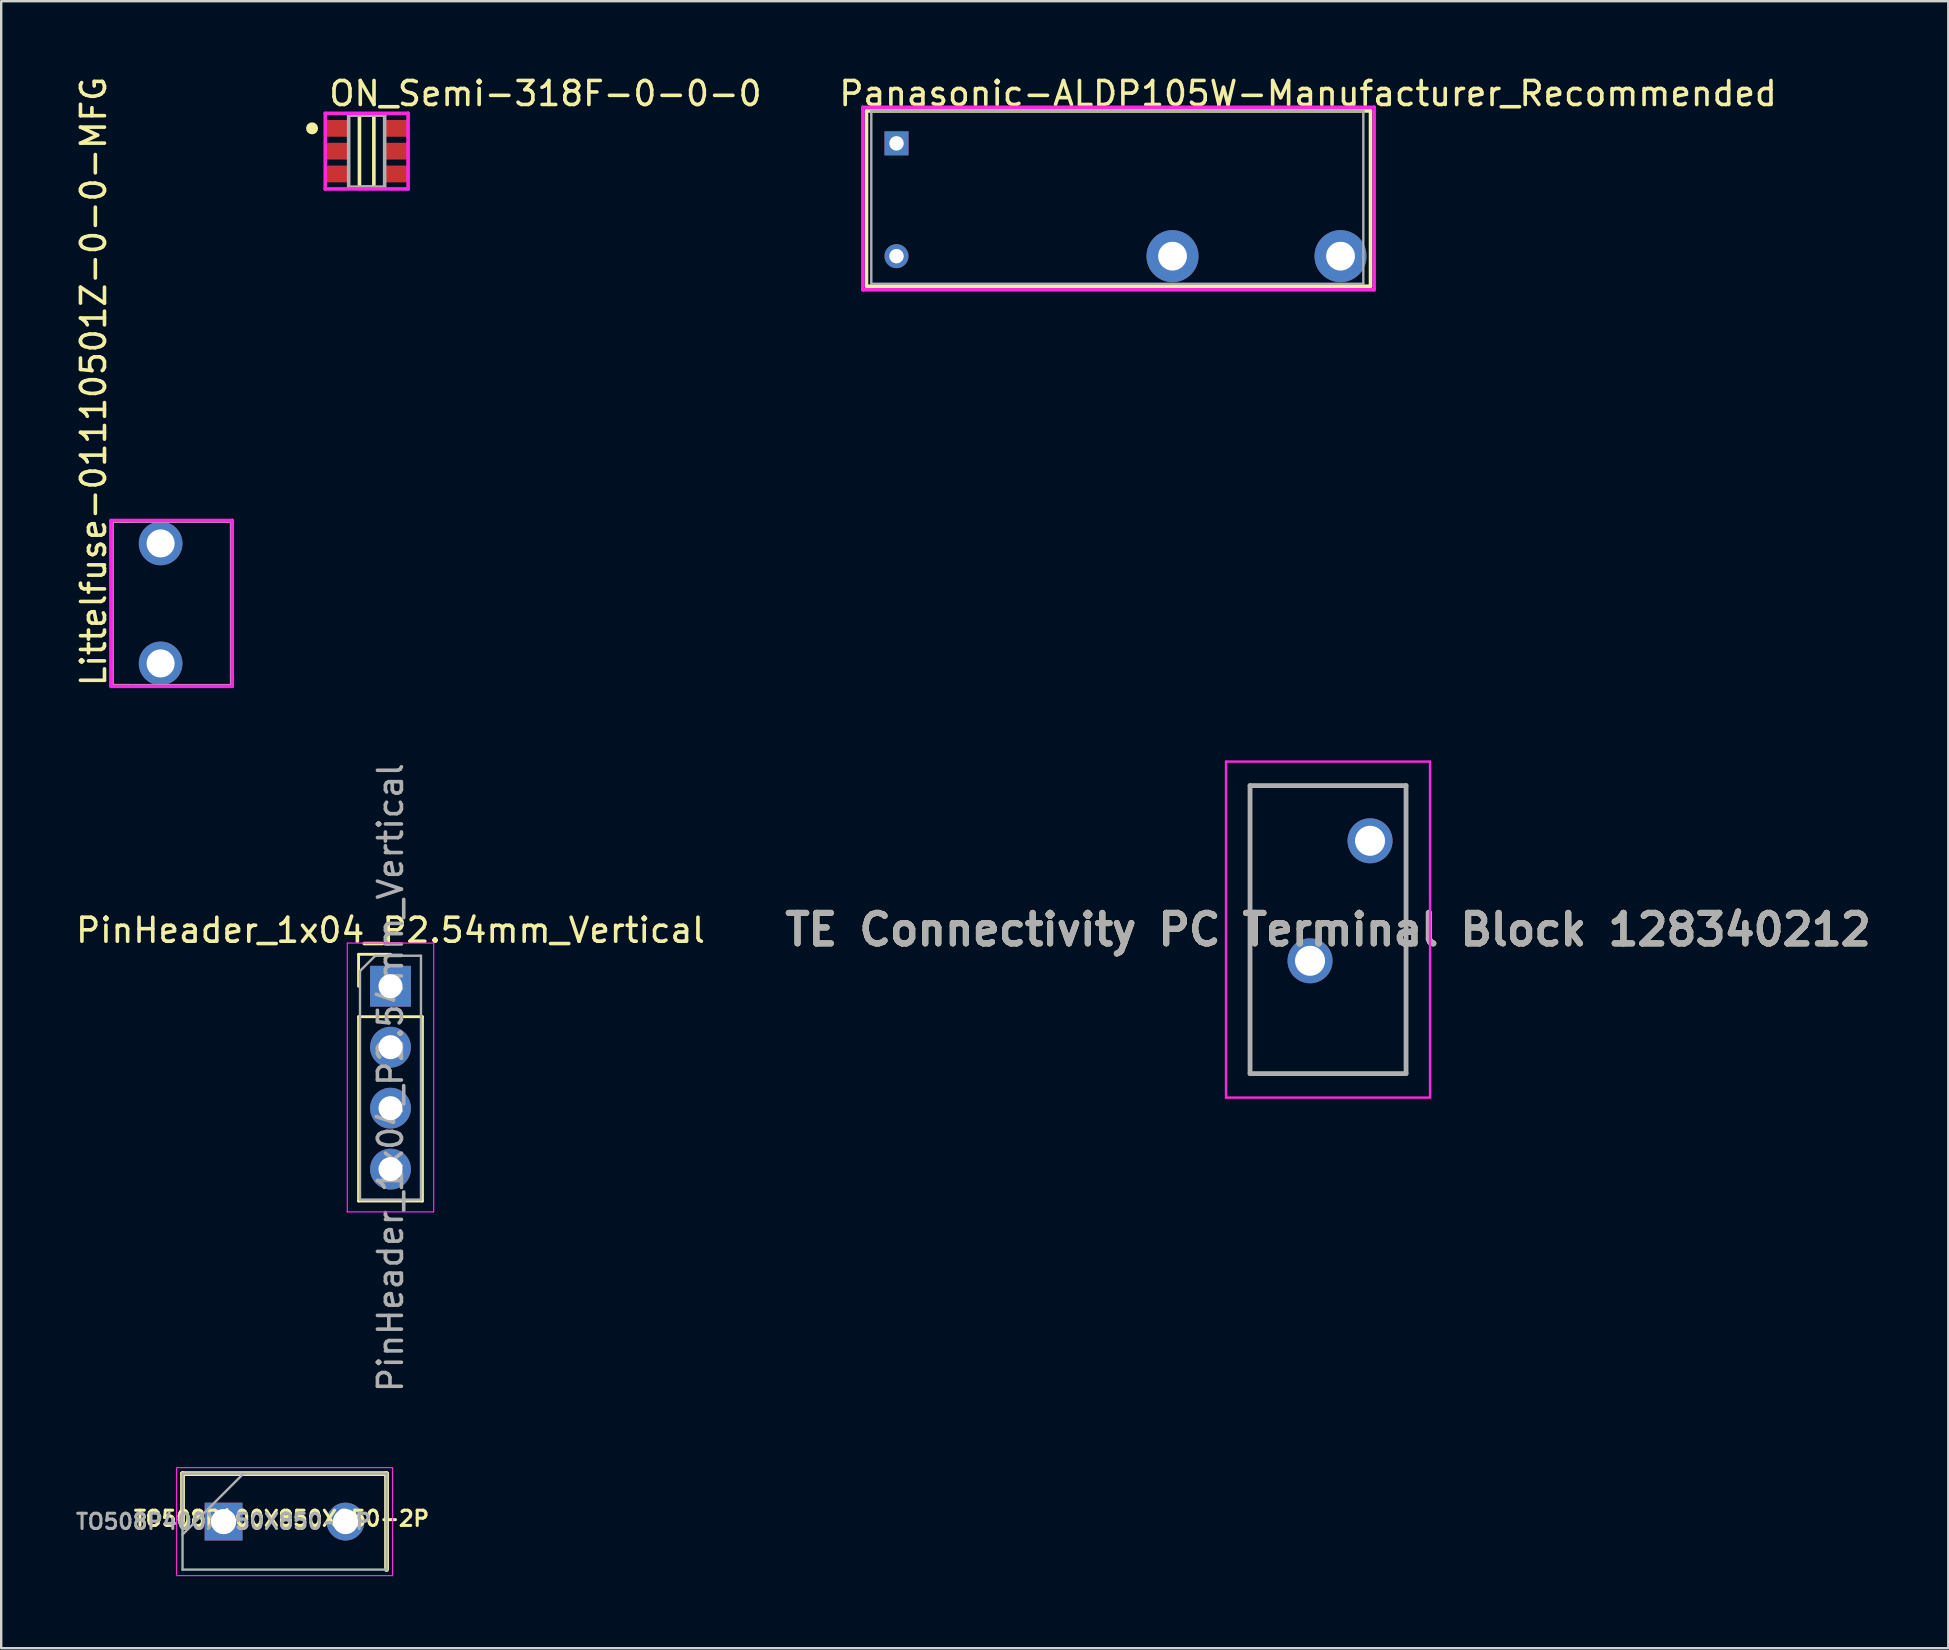
<source format=kicad_pcb>
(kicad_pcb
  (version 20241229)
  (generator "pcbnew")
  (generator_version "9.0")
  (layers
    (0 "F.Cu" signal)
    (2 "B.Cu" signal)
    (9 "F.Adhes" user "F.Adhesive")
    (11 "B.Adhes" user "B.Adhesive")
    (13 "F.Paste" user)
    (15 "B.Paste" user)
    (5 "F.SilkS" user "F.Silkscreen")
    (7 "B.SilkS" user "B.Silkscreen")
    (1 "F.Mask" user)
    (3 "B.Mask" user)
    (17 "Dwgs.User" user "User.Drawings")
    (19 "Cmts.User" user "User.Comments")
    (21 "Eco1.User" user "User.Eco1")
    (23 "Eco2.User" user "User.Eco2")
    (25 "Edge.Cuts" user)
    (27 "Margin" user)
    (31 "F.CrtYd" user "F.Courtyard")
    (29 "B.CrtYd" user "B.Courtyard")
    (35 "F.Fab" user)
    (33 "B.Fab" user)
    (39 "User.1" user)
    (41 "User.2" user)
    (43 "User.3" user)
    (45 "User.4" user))
  (footprint "Littelfuse-01110501Z-0-0-MFG"
    (layer "F.Cu")
    (at 4.102 22.091)
    (property "Reference" "Littelfuse-01110501Z-0-0-MFG" (at -3.254 3.54 270) (layer "F.SilkS") (effects (font (size 1 1) (thickness 0.15)) (justify left)))
    (fp_line (start -2.5 -3.429) (end -1.745 -3.429) (stroke (width 0.15) (type solid)) (layer "F.SilkS"))
    (fp_line (start -2.5 3.429) (end -2.5 -3.429) (stroke (width 0.15) (type solid)) (layer "F.SilkS"))
    (fp_line (start -2.5 3.429) (end -1.745 3.429) (stroke (width 0.15) (type solid)) (layer "F.SilkS"))
    (fp_line (start -2.525 -3.454) (end -2.525 3.454) (stroke (width 0.15) (type solid)) (layer "F.CrtYd"))
    (fp_line (start -2.525 3.454) (end 2.525 3.454) (stroke (width 0.15) (type solid)) (layer "F.CrtYd"))
    (fp_line (start 2.525 -3.454) (end -2.525 -3.454) (stroke (width 0.15) (type solid)) (layer "F.CrtYd"))
    (fp_line (start 2.525 -3.454) (end 2.525 -3.454) (stroke (width 0.15) (type solid)) (layer "F.CrtYd"))
    (fp_line (start 2.525 3.454) (end 2.525 -3.454) (stroke (width 0.15) (type solid)) (layer "F.CrtYd"))
    (fp_line (start -2.5 -3.429) (end 2.5 -3.429) (stroke (width 0.15) (type solid)) (layer "F.Fab"))
    (fp_line (start -2.5 3.429) (end -2.5 -3.429) (stroke (width 0.15) (type solid)) (layer "F.Fab"))
    (fp_line (start 2.5 -3.429) (end 2.5 3.429) (stroke (width 0.15) (type solid)) (layer "F.Fab"))
    (fp_line (start 2.5 3.429) (end -2.5 3.429) (stroke (width 0.15) (type solid)) (layer "F.Fab"))
    (pad "1" thru_hole circle (at -0.46 -2.5) (size 1.82 1.82) (drill 1.17) (layers "*.Cu"))
    (pad "1" thru_hole circle (at -0.46 2.5) (size 1.82 1.82) (drill 1.17) (layers "*.Cu")))
  (footprint "PinHeader_1x04_P2.54mm_Vertical"
    (layer "F.Cu")
    (at 13.22 38.041)
    (property "Reference" "PinHeader_1x04_P2.54mm_Vertical" (at 0 -2.33 0) (layer "F.SilkS") (effects (font (size 1 1) (thickness 0.15))))
    (attr through_hole)
    (fp_line (start -1.33 -1.33) (end 0 -1.33) (stroke (width 0.12) (type solid)) (layer "F.SilkS"))
    (fp_line (start -1.33 0) (end -1.33 -1.33) (stroke (width 0.12) (type solid)) (layer "F.SilkS"))
    (fp_line (start -1.33 1.27) (end -1.33 8.95) (stroke (width 0.12) (type solid)) (layer "F.SilkS"))
    (fp_line (start -1.33 1.27) (end 1.33 1.27) (stroke (width 0.12) (type solid)) (layer "F.SilkS"))
    (fp_line (start -1.33 8.95) (end 1.33 8.95) (stroke (width 0.12) (type solid)) (layer "F.SilkS"))
    (fp_line (start 1.33 1.27) (end 1.33 8.95) (stroke (width 0.12) (type solid)) (layer "F.SilkS"))
    (fp_line (start -1.8 -1.8) (end -1.8 9.4) (stroke (width 0.05) (type solid)) (layer "F.CrtYd"))
    (fp_line (start -1.8 9.4) (end 1.8 9.4) (stroke (width 0.05) (type solid)) (layer "F.CrtYd"))
    (fp_line (start 1.8 -1.8) (end -1.8 -1.8) (stroke (width 0.05) (type solid)) (layer "F.CrtYd"))
    (fp_line (start 1.8 9.4) (end 1.8 -1.8) (stroke (width 0.05) (type solid)) (layer "F.CrtYd"))
    (fp_line (start -1.27 -0.635) (end -0.635 -1.27) (stroke (width 0.1) (type solid)) (layer "F.Fab"))
    (fp_line (start -1.27 8.89) (end -1.27 -0.635) (stroke (width 0.1) (type solid)) (layer "F.Fab"))
    (fp_line (start -0.635 -1.27) (end 1.27 -1.27) (stroke (width 0.1) (type solid)) (layer "F.Fab"))
    (fp_line (start 1.27 -1.27) (end 1.27 8.89) (stroke (width 0.1) (type solid)) (layer "F.Fab"))
    (fp_line (start 1.27 8.89) (end -1.27 8.89) (stroke (width 0.1) (type solid)) (layer "F.Fab"))
    (fp_text user "${REFERENCE}" (at 0 3.81 270) (layer "F.Fab") (effects (font (size 1 1) (thickness 0.15))))
    (pad "1" thru_hole rect (at 0 0) (size 1.7 1.7) (drill 1) (layers "*.Cu" "*.Mask"))
    (pad "2" thru_hole oval (at 0 2.54) (size 1.7 1.7) (drill 1) (layers "*.Cu" "*.Mask"))
    (pad "3" thru_hole oval (at 0 5.08) (size 1.7 1.7) (drill 1) (layers "*.Cu" "*.Mask"))
    (pad "4" thru_hole oval (at 0 7.62) (size 1.7 1.7) (drill 1) (layers "*.Cu" "*.Mask")))
  (footprint "ON_Semi-318F-0-0-0"
    (layer "F.Cu")
    (at 12.227 3.248)
    (property "Reference" "ON_Semi-318F-0-0-0" (at -1.65 -2.4 0) (layer "F.SilkS") (effects (font (size 1 1) (thickness 0.15)) (justify left)))
    (fp_line (start -0.3 -1.5) (end 0.3 -1.5) (stroke (width 0.15) (type solid)) (layer "F.SilkS"))
    (fp_line (start -0.3 1.5) (end -0.3 -1.5) (stroke (width 0.15) (type solid)) (layer "F.SilkS"))
    (fp_line (start 0.3 -1.5) (end 0.3 1.5) (stroke (width 0.15) (type solid)) (layer "F.SilkS"))
    (fp_line (start 0.3 1.5) (end -0.3 1.5) (stroke (width 0.15) (type solid)) (layer "F.SilkS"))
    (fp_circle (center -2.275 -0.95) (end -2.15 -0.95) (stroke (width 0.25) (type solid)) (fill no) (layer "F.SilkS"))
    (fp_line (start -1.725 -1.575) (end -1.725 1.575) (stroke (width 0.15) (type solid)) (layer "F.CrtYd"))
    (fp_line (start -1.725 1.575) (end 1.725 1.575) (stroke (width 0.15) (type solid)) (layer "F.CrtYd"))
    (fp_line (start 1.725 -1.575) (end -1.725 -1.575) (stroke (width 0.15) (type solid)) (layer "F.CrtYd"))
    (fp_line (start 1.725 -1.575) (end 1.725 -1.575) (stroke (width 0.15) (type solid)) (layer "F.CrtYd"))
    (fp_line (start 1.725 1.575) (end 1.725 -1.575) (stroke (width 0.15) (type solid)) (layer "F.CrtYd"))
    (fp_line (start -0.75 -1.5) (end 0.75 -1.5) (stroke (width 0.15) (type solid)) (layer "F.Fab"))
    (fp_line (start -0.75 1.5) (end -0.75 -1.5) (stroke (width 0.15) (type solid)) (layer "F.Fab"))
    (fp_line (start 0.75 -1.5) (end 0.75 1.5) (stroke (width 0.15) (type solid)) (layer "F.Fab"))
    (fp_line (start 0.75 1.5) (end -0.75 1.5) (stroke (width 0.15) (type solid)) (layer "F.Fab"))
    (pad "1" smd rect (at -1.2 -0.95) (size 1 0.7) (layers "F.Cu" "F.Mask" "F.Paste"))
    (pad "2" smd rect (at -1.2 0) (size 1 0.7) (layers "F.Cu" "F.Mask" "F.Paste"))
    (pad "3" smd rect (at -1.2 0.95) (size 1 0.7) (layers "F.Cu" "F.Mask" "F.Paste"))
    (pad "4" smd rect (at 1.2 0.95) (size 1 0.7) (layers "F.Cu" "F.Mask" "F.Paste"))
    (pad "5" smd rect (at 1.2 0) (size 1 0.7) (layers "F.Cu" "F.Mask" "F.Paste"))
    (pad "6" smd rect (at 1.2 -0.95) (size 1 0.7) (layers "F.Cu" "F.Mask" "F.Paste")))
  (footprint "TE Connectivity PC Terminal Block 128340212"
    (layer "F.Cu")
    (at 51.532 36.981)
    (property "Reference" "TE Connectivity PC Terminal Block 128340212" (at 0.75 -1.3 180) (layer "F.SilkS") (effects (font (size 1.27 1.27) (thickness 0.254))))
    (fp_line (start -2.5 -7.3) (end 4 -7.3) (stroke (width 0.1) (type solid)) (layer "F.SilkS"))
    (fp_line (start -2.5 4.7) (end -2.5 -7.3) (stroke (width 0.1) (type solid)) (layer "F.SilkS"))
    (fp_line (start 4 -7.3) (end 4 4.7) (stroke (width 0.1) (type solid)) (layer "F.SilkS"))
    (fp_line (start 4 4.7) (end -2.5 4.7) (stroke (width 0.1) (type solid)) (layer "F.SilkS"))
    (fp_line (start -3.5 -8.3) (end 5 -8.3) (stroke (width 0.1) (type solid)) (layer "F.CrtYd"))
    (fp_line (start -3.5 5.7) (end -3.5 -8.3) (stroke (width 0.1) (type solid)) (layer "F.CrtYd"))
    (fp_line (start 5 -8.3) (end 5 5.7) (stroke (width 0.1) (type solid)) (layer "F.CrtYd"))
    (fp_line (start 5 5.7) (end -3.5 5.7) (stroke (width 0.1) (type solid)) (layer "F.CrtYd"))
    (fp_line (start -2.5 -7.3) (end 4 -7.3) (stroke (width 0.2) (type solid)) (layer "F.Fab"))
    (fp_line (start -2.5 4.7) (end -2.5 -7.3) (stroke (width 0.2) (type solid)) (layer "F.Fab"))
    (fp_line (start 4 -7.3) (end 4 4.7) (stroke (width 0.2) (type solid)) (layer "F.Fab"))
    (fp_line (start 4 4.7) (end -2.5 4.7) (stroke (width 0.2) (type solid)) (layer "F.Fab"))
    (fp_text user "${REFERENCE}" (at 0.75 -1.3 180) (layer "F.Fab") (effects (font (size 1.27 1.27) (thickness 0.254))))
    (pad "1" thru_hole circle (at 0 0) (size 1.875 1.875) (drill 1.25) (layers "*.Cu" "*.Mask"))
    (pad "2" thru_hole circle (at 2.5 -5) (size 1.875 1.875) (drill 1.25) (layers "*.Cu" "*.Mask")))
  (footprint "Panasonic-ALDP105W-Manufacturer_Recommended"
    (layer "F.Cu")
    (at 34.302 2.923)
    (property "Reference" "Panasonic-ALDP105W-Manufacturer_Recommended" (at -2.475 -2.075 0) (layer "F.SilkS") (effects (font (size 1 1) (thickness 0.15)) (justify left)))
    (fp_line (start -1.25 -1.35) (end 19.75 -1.35) (stroke (width 0.15) (type solid)) (layer "F.SilkS"))
    (fp_line (start -1.25 5.95) (end -1.25 -1.35) (stroke (width 0.15) (type solid)) (layer "F.SilkS"))
    (fp_line (start -1.25 5.95) (end 19.75 5.95) (stroke (width 0.15) (type solid)) (layer "F.SilkS"))
    (fp_line (start 19.75 5.95) (end 19.75 -1.35) (stroke (width 0.15) (type solid)) (layer "F.SilkS"))
    (fp_line (start -1.4 -1.5) (end -1.4 6.1) (stroke (width 0.15) (type solid)) (layer "F.CrtYd"))
    (fp_line (start -1.4 6.1) (end 19.9 6.1) (stroke (width 0.15) (type solid)) (layer "F.CrtYd"))
    (fp_line (start 19.9 -1.5) (end -1.4 -1.5) (stroke (width 0.15) (type solid)) (layer "F.CrtYd"))
    (fp_line (start 19.9 -1.5) (end 19.9 -1.5) (stroke (width 0.15) (type solid)) (layer "F.CrtYd"))
    (fp_line (start 19.9 6.1) (end 19.9 -1.5) (stroke (width 0.15) (type solid)) (layer "F.CrtYd"))
    (fp_line (start -1.05 -1.35) (end 19.45 -1.35) (stroke (width 0.1) (type solid)) (layer "F.Fab"))
    (fp_line (start -1.05 5.85) (end -1.05 -1.35) (stroke (width 0.1) (type solid)) (layer "F.Fab"))
    (fp_line (start -1.05 5.85) (end 19.45 5.85) (stroke (width 0.1) (type solid)) (layer "F.Fab"))
    (fp_line (start 19.45 5.85) (end 19.45 -1.35) (stroke (width 0.1) (type solid)) (layer "F.Fab"))
    (pad "1" thru_hole rect (at 0 0) (size 1 1) (drill 0.6) (layers "*.Cu" "*.Mask"))
    (pad "2" thru_hole circle (at 18.5 4.7) (size 2.167 2.167) (drill 1.2) (layers "*.Cu" "*.Mask"))
    (pad "3" thru_hole circle (at 11.5 4.7) (size 2.167 2.167) (drill 1.2) (layers "*.Cu" "*.Mask"))
    (pad "4" thru_hole circle (at 0 4.7) (size 1 1) (drill 0.6) (layers "*.Cu" "*.Mask")))
  (footprint "TO508P400X850X850-2P"
    (layer "F.Cu")
    (at 6.265 60.346)
    (property "Reference" "TO508P400X850X850-2P" (at 2.413 -0.127 180) (layer "F.SilkS") (effects (font (size 0.635 0.635) (thickness 0.127))))
    (fp_line (start -1.71 -2) (end -1.71 0) (stroke (width 0.2) (type solid)) (layer "F.SilkS"))
    (fp_line (start 6.79 -2) (end -1.71 -2) (stroke (width 0.2) (type solid)) (layer "F.SilkS"))
    (fp_line (start 6.79 2) (end 6.79 -2) (stroke (width 0.2) (type solid)) (layer "F.SilkS"))
    (fp_line (start -1.96 -2.25) (end 7.04 -2.25) (stroke (width 0.05) (type solid)) (layer "F.CrtYd"))
    (fp_line (start -1.96 2.25) (end -1.96 -2.25) (stroke (width 0.05) (type solid)) (layer "F.CrtYd"))
    (fp_line (start 7.04 -2.25) (end 7.04 2.25) (stroke (width 0.05) (type solid)) (layer "F.CrtYd"))
    (fp_line (start 7.04 2.25) (end -1.96 2.25) (stroke (width 0.05) (type solid)) (layer "F.CrtYd"))
    (fp_line (start -1.71 -2) (end 6.79 -2) (stroke (width 0.1) (type solid)) (layer "F.Fab"))
    (fp_line (start -1.71 0.54) (end 0.83 -2) (stroke (width 0.1) (type solid)) (layer "F.Fab"))
    (fp_line (start -1.71 2) (end -1.71 -2) (stroke (width 0.1) (type solid)) (layer "F.Fab"))
    (fp_line (start 6.79 -2) (end 6.79 2) (stroke (width 0.1) (type solid)) (layer "F.Fab"))
    (fp_line (start 6.79 2) (end -1.71 2) (stroke (width 0.1) (type solid)) (layer "F.Fab"))
    (fp_text user "${REFERENCE}" (at 0 0 180) (layer "F.Fab") (effects (font (size 0.635 0.635) (thickness 0.127))))
    (pad "1" thru_hole rect (at 0 0) (size 1.575 1.575) (drill 1.05) (layers "*.Cu" "*.Mask"))
    (pad "2" thru_hole circle (at 5.08 0) (size 1.575 1.575) (drill 1.05) (layers "*.Cu" "*.Mask")))
  (gr_rect
    (start -3 -3)
    (end 78.124 65.621)
    (stroke (width 0.1) (type default))
    (fill no)
    (layer "Edge.Cuts")))
</source>
